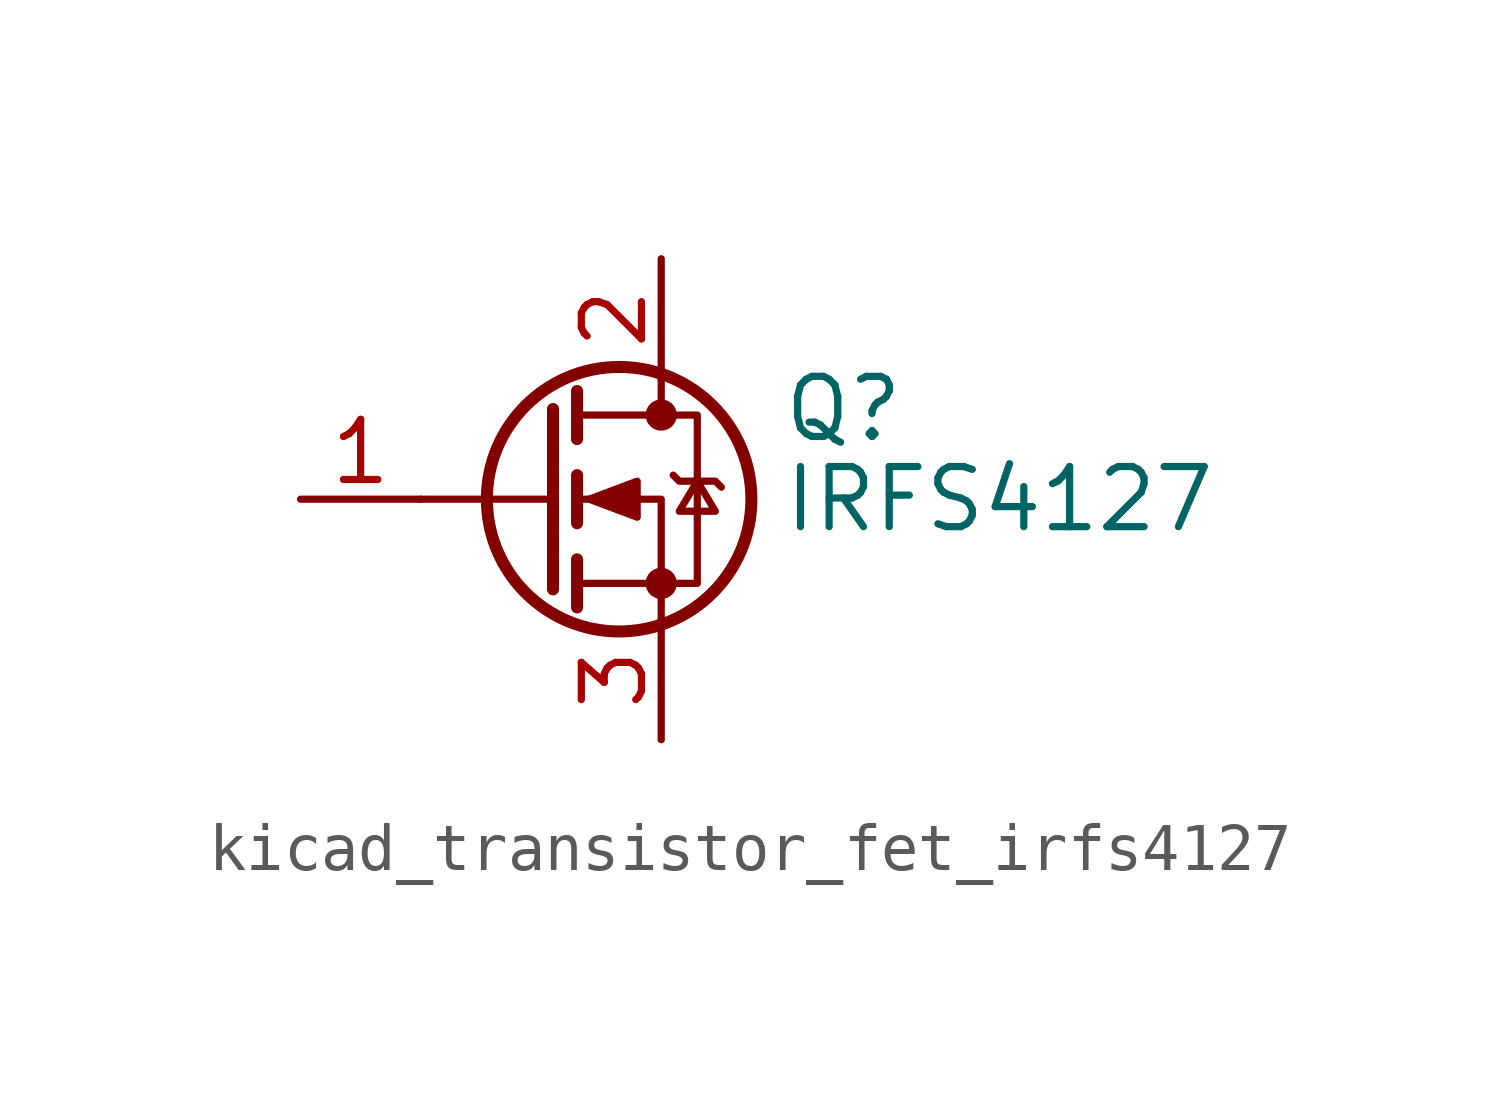
<source format=kicad_sym>
(kicad_symbol_lib
  (version 20220914)
  (generator kicad_symbol_editor)
  (symbol "kicad_transistor_fet_irfs4127"
    (pin_names hide)
    (property "Reference" "Q"
      (at 5.08 1.905 0)
      (effects (font (size 1.27 1.27)) (justify left)))
    (property "Value" "IRFS4127"
      (at 5.08 0 0)
      (effects (font (size 1.27 1.27)) (justify left)))
    (symbol "kicad_transistor_fet_irfs4127_0_1"
      (polyline (pts (xy 0.254 0) (xy -2.54 0)) (stroke (width 0) (type default)) (fill (type none)))
      (polyline (pts (xy 0.254 1.905) (xy 0.254 -1.905)) (stroke (width 0.254) (type default)) (fill (type none)))
      (polyline (pts (xy 0.762 -1.27) (xy 0.762 -2.286)) (stroke (width 0.254) (type default)) (fill (type none)))
      (polyline (pts (xy 0.762 0.508) (xy 0.762 -0.508)) (stroke (width 0.254) (type default)) (fill (type none)))
      (polyline (pts (xy 0.762 2.286) (xy 0.762 1.27)) (stroke (width 0.254) (type default)) (fill (type none)))
      (polyline (pts (xy 2.54 2.54) (xy 2.54 1.778)) (stroke (width 0) (type default)) (fill (type none)))
      (polyline (pts (xy 2.54 -2.54) (xy 2.54 0) (xy 0.762 0)) (stroke (width 0) (type default)) (fill (type none)))
      (polyline (pts (xy 0.762 -1.778) (xy 3.302 -1.778) (xy 3.302 1.778) (xy 0.762 1.778)) (stroke (width 0) (type default)) (fill (type none)))
      (polyline (pts (xy 1.016 0) (xy 2.032 0.381) (xy 2.032 -0.381) (xy 1.016 0)) (stroke (width 0) (type default)) (fill (type outline)))
      (polyline (pts (xy 2.794 0.508) (xy 2.921 0.381) (xy 3.683 0.381) (xy 3.81 0.254)) (stroke (width 0) (type default)) (fill (type none)))
      (polyline (pts (xy 3.302 0.381) (xy 2.921 -0.254) (xy 3.683 -0.254) (xy 3.302 0.381)) (stroke (width 0) (type default)) (fill (type none)))
      (circle (center 1.651 0) (radius 2.794) (stroke (width 0.254) (type default)) (fill (type none)))
      (circle (center 2.54 -1.778) (radius 0.254) (stroke (width 0) (type default)) (fill (type outline)))
      (circle (center 2.54 1.778) (radius 0.254) (stroke (width 0) (type default)) (fill (type outline))))
    (symbol "kicad_transistor_fet_irfs4127_1_1"
      (pin passive line (at -5.08 0 0) (length 2.54) (name "G" (effects (font (size 1.27 1.27)))) (number "1" (effects (font (size 1.27 1.27)))))
      (pin passive line (at 2.54 5.08 270) (length 2.54) (name "D" (effects (font (size 1.27 1.27)))) (number "2" (effects (font (size 1.27 1.27)))))
      (pin passive line (at 2.54 -5.08 90) (length 2.54) (name "S" (effects (font (size 1.27 1.27)))) (number "3" (effects (font (size 1.27 1.27))))))))
</source>
